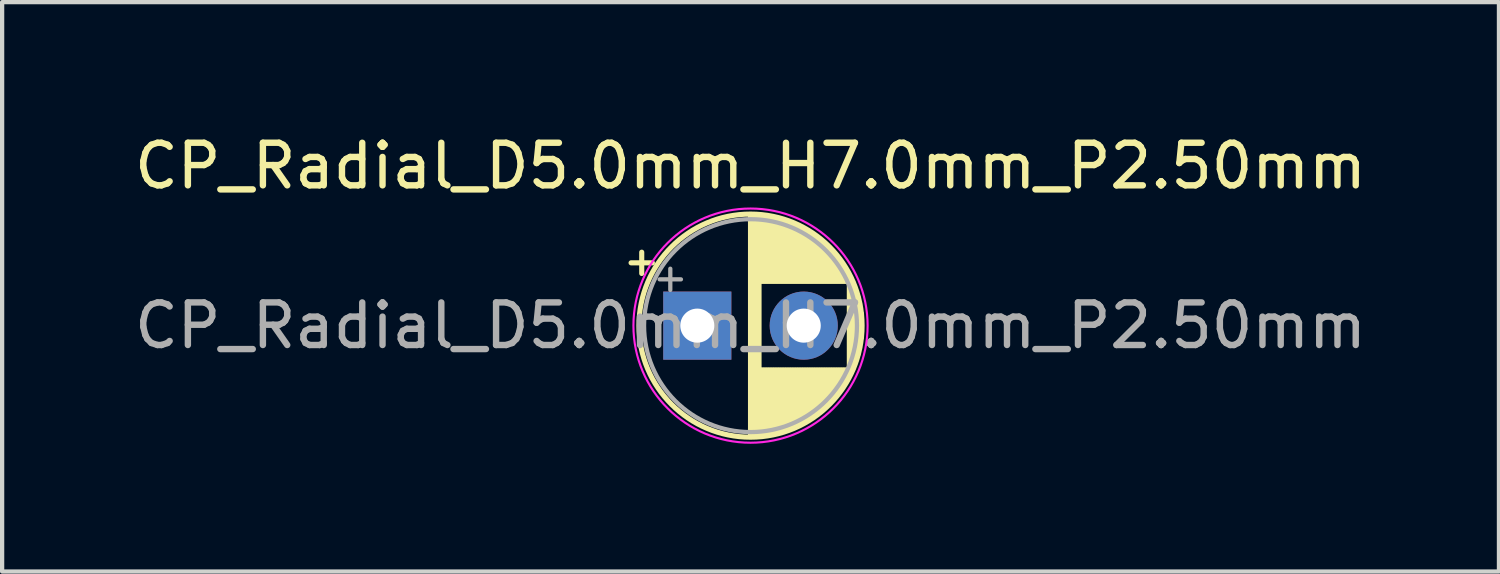
<source format=kicad_pcb>
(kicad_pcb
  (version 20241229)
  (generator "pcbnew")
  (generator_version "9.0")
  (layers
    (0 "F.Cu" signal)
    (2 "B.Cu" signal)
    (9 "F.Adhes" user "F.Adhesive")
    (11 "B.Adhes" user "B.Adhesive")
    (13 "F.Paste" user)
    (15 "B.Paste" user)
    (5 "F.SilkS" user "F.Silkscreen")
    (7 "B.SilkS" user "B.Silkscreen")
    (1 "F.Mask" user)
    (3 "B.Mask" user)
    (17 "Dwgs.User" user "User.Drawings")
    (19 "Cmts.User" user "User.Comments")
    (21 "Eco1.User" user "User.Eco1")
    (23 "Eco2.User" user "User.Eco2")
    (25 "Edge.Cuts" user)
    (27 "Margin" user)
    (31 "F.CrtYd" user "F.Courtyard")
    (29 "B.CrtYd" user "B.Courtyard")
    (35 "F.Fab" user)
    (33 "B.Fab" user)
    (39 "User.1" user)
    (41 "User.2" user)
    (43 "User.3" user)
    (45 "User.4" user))
  (footprint "CP_Radial_D5.0mm_H7.0mm_P2.50mm"
    (layer "F.Cu")
    (at 13.327 4.598)
    (property "Reference" "CP_Radial_D5.0mm_H7.0mm_P2.50mm" (at 1.25 -3.75 0) (layer "F.SilkS") (effects (font (size 1 1) (thickness 0.15))))
    (attr through_hole)
    (fp_line (start -1.555 -1.475) (end -1.055 -1.475) (stroke (width 0.12) (type solid)) (layer "F.SilkS"))
    (fp_line (start -1.305 -1.725) (end -1.305 -1.225) (stroke (width 0.12) (type solid)) (layer "F.SilkS"))
    (fp_line (start 1.25 -2.58) (end 1.25 2.58) (stroke (width 0.12) (type solid)) (layer "F.SilkS"))
    (fp_line (start 1.29 -2.58) (end 1.29 2.58) (stroke (width 0.12) (type solid)) (layer "F.SilkS"))
    (fp_line (start 1.33 -2.579) (end 1.33 2.579) (stroke (width 0.12) (type solid)) (layer "F.SilkS"))
    (fp_line (start 1.37 -2.578) (end 1.37 2.578) (stroke (width 0.12) (type solid)) (layer "F.SilkS"))
    (fp_line (start 1.41 -2.576) (end 1.41 2.576) (stroke (width 0.12) (type solid)) (layer "F.SilkS"))
    (fp_line (start 1.45 -2.573) (end 1.45 2.573) (stroke (width 0.12) (type solid)) (layer "F.SilkS"))
    (fp_line (start 1.49 -2.569) (end 1.49 -1.04) (stroke (width 0.12) (type solid)) (layer "F.SilkS"))
    (fp_line (start 1.49 1.04) (end 1.49 2.569) (stroke (width 0.12) (type solid)) (layer "F.SilkS"))
    (fp_line (start 1.53 -2.565) (end 1.53 -1.04) (stroke (width 0.12) (type solid)) (layer "F.SilkS"))
    (fp_line (start 1.53 1.04) (end 1.53 2.565) (stroke (width 0.12) (type solid)) (layer "F.SilkS"))
    (fp_line (start 1.57 -2.561) (end 1.57 -1.04) (stroke (width 0.12) (type solid)) (layer "F.SilkS"))
    (fp_line (start 1.57 1.04) (end 1.57 2.561) (stroke (width 0.12) (type solid)) (layer "F.SilkS"))
    (fp_line (start 1.61 -2.556) (end 1.61 -1.04) (stroke (width 0.12) (type solid)) (layer "F.SilkS"))
    (fp_line (start 1.61 1.04) (end 1.61 2.556) (stroke (width 0.12) (type solid)) (layer "F.SilkS"))
    (fp_line (start 1.65 -2.55) (end 1.65 -1.04) (stroke (width 0.12) (type solid)) (layer "F.SilkS"))
    (fp_line (start 1.65 1.04) (end 1.65 2.55) (stroke (width 0.12) (type solid)) (layer "F.SilkS"))
    (fp_line (start 1.69 -2.543) (end 1.69 -1.04) (stroke (width 0.12) (type solid)) (layer "F.SilkS"))
    (fp_line (start 1.69 1.04) (end 1.69 2.543) (stroke (width 0.12) (type solid)) (layer "F.SilkS"))
    (fp_line (start 1.73 -2.536) (end 1.73 -1.04) (stroke (width 0.12) (type solid)) (layer "F.SilkS"))
    (fp_line (start 1.73 1.04) (end 1.73 2.536) (stroke (width 0.12) (type solid)) (layer "F.SilkS"))
    (fp_line (start 1.77 -2.528) (end 1.77 -1.04) (stroke (width 0.12) (type solid)) (layer "F.SilkS"))
    (fp_line (start 1.77 1.04) (end 1.77 2.528) (stroke (width 0.12) (type solid)) (layer "F.SilkS"))
    (fp_line (start 1.81 -2.52) (end 1.81 -1.04) (stroke (width 0.12) (type solid)) (layer "F.SilkS"))
    (fp_line (start 1.81 1.04) (end 1.81 2.52) (stroke (width 0.12) (type solid)) (layer "F.SilkS"))
    (fp_line (start 1.85 -2.511) (end 1.85 -1.04) (stroke (width 0.12) (type solid)) (layer "F.SilkS"))
    (fp_line (start 1.85 1.04) (end 1.85 2.511) (stroke (width 0.12) (type solid)) (layer "F.SilkS"))
    (fp_line (start 1.89 -2.501) (end 1.89 -1.04) (stroke (width 0.12) (type solid)) (layer "F.SilkS"))
    (fp_line (start 1.89 1.04) (end 1.89 2.501) (stroke (width 0.12) (type solid)) (layer "F.SilkS"))
    (fp_line (start 1.93 -2.491) (end 1.93 -1.04) (stroke (width 0.12) (type solid)) (layer "F.SilkS"))
    (fp_line (start 1.93 1.04) (end 1.93 2.491) (stroke (width 0.12) (type solid)) (layer "F.SilkS"))
    (fp_line (start 1.971 -2.48) (end 1.971 -1.04) (stroke (width 0.12) (type solid)) (layer "F.SilkS"))
    (fp_line (start 1.971 1.04) (end 1.971 2.48) (stroke (width 0.12) (type solid)) (layer "F.SilkS"))
    (fp_line (start 2.011 -2.468) (end 2.011 -1.04) (stroke (width 0.12) (type solid)) (layer "F.SilkS"))
    (fp_line (start 2.011 1.04) (end 2.011 2.468) (stroke (width 0.12) (type solid)) (layer "F.SilkS"))
    (fp_line (start 2.051 -2.455) (end 2.051 -1.04) (stroke (width 0.12) (type solid)) (layer "F.SilkS"))
    (fp_line (start 2.051 1.04) (end 2.051 2.455) (stroke (width 0.12) (type solid)) (layer "F.SilkS"))
    (fp_line (start 2.091 -2.442) (end 2.091 -1.04) (stroke (width 0.12) (type solid)) (layer "F.SilkS"))
    (fp_line (start 2.091 1.04) (end 2.091 2.442) (stroke (width 0.12) (type solid)) (layer "F.SilkS"))
    (fp_line (start 2.131 -2.428) (end 2.131 -1.04) (stroke (width 0.12) (type solid)) (layer "F.SilkS"))
    (fp_line (start 2.131 1.04) (end 2.131 2.428) (stroke (width 0.12) (type solid)) (layer "F.SilkS"))
    (fp_line (start 2.171 -2.414) (end 2.171 -1.04) (stroke (width 0.12) (type solid)) (layer "F.SilkS"))
    (fp_line (start 2.171 1.04) (end 2.171 2.414) (stroke (width 0.12) (type solid)) (layer "F.SilkS"))
    (fp_line (start 2.211 -2.398) (end 2.211 -1.04) (stroke (width 0.12) (type solid)) (layer "F.SilkS"))
    (fp_line (start 2.211 1.04) (end 2.211 2.398) (stroke (width 0.12) (type solid)) (layer "F.SilkS"))
    (fp_line (start 2.251 -2.382) (end 2.251 -1.04) (stroke (width 0.12) (type solid)) (layer "F.SilkS"))
    (fp_line (start 2.251 1.04) (end 2.251 2.382) (stroke (width 0.12) (type solid)) (layer "F.SilkS"))
    (fp_line (start 2.291 -2.365) (end 2.291 -1.04) (stroke (width 0.12) (type solid)) (layer "F.SilkS"))
    (fp_line (start 2.291 1.04) (end 2.291 2.365) (stroke (width 0.12) (type solid)) (layer "F.SilkS"))
    (fp_line (start 2.331 -2.348) (end 2.331 -1.04) (stroke (width 0.12) (type solid)) (layer "F.SilkS"))
    (fp_line (start 2.331 1.04) (end 2.331 2.348) (stroke (width 0.12) (type solid)) (layer "F.SilkS"))
    (fp_line (start 2.371 -2.329) (end 2.371 -1.04) (stroke (width 0.12) (type solid)) (layer "F.SilkS"))
    (fp_line (start 2.371 1.04) (end 2.371 2.329) (stroke (width 0.12) (type solid)) (layer "F.SilkS"))
    (fp_line (start 2.411 -2.31) (end 2.411 -1.04) (stroke (width 0.12) (type solid)) (layer "F.SilkS"))
    (fp_line (start 2.411 1.04) (end 2.411 2.31) (stroke (width 0.12) (type solid)) (layer "F.SilkS"))
    (fp_line (start 2.451 -2.29) (end 2.451 -1.04) (stroke (width 0.12) (type solid)) (layer "F.SilkS"))
    (fp_line (start 2.451 1.04) (end 2.451 2.29) (stroke (width 0.12) (type solid)) (layer "F.SilkS"))
    (fp_line (start 2.491 -2.268) (end 2.491 -1.04) (stroke (width 0.12) (type solid)) (layer "F.SilkS"))
    (fp_line (start 2.491 1.04) (end 2.491 2.268) (stroke (width 0.12) (type solid)) (layer "F.SilkS"))
    (fp_line (start 2.531 -2.247) (end 2.531 -1.04) (stroke (width 0.12) (type solid)) (layer "F.SilkS"))
    (fp_line (start 2.531 1.04) (end 2.531 2.247) (stroke (width 0.12) (type solid)) (layer "F.SilkS"))
    (fp_line (start 2.571 -2.224) (end 2.571 -1.04) (stroke (width 0.12) (type solid)) (layer "F.SilkS"))
    (fp_line (start 2.571 1.04) (end 2.571 2.224) (stroke (width 0.12) (type solid)) (layer "F.SilkS"))
    (fp_line (start 2.611 -2.2) (end 2.611 -1.04) (stroke (width 0.12) (type solid)) (layer "F.SilkS"))
    (fp_line (start 2.611 1.04) (end 2.611 2.2) (stroke (width 0.12) (type solid)) (layer "F.SilkS"))
    (fp_line (start 2.651 -2.175) (end 2.651 -1.04) (stroke (width 0.12) (type solid)) (layer "F.SilkS"))
    (fp_line (start 2.651 1.04) (end 2.651 2.175) (stroke (width 0.12) (type solid)) (layer "F.SilkS"))
    (fp_line (start 2.691 -2.149) (end 2.691 -1.04) (stroke (width 0.12) (type solid)) (layer "F.SilkS"))
    (fp_line (start 2.691 1.04) (end 2.691 2.149) (stroke (width 0.12) (type solid)) (layer "F.SilkS"))
    (fp_line (start 2.731 -2.122) (end 2.731 -1.04) (stroke (width 0.12) (type solid)) (layer "F.SilkS"))
    (fp_line (start 2.731 1.04) (end 2.731 2.122) (stroke (width 0.12) (type solid)) (layer "F.SilkS"))
    (fp_line (start 2.771 -2.095) (end 2.771 -1.04) (stroke (width 0.12) (type solid)) (layer "F.SilkS"))
    (fp_line (start 2.771 1.04) (end 2.771 2.095) (stroke (width 0.12) (type solid)) (layer "F.SilkS"))
    (fp_line (start 2.811 -2.065) (end 2.811 -1.04) (stroke (width 0.12) (type solid)) (layer "F.SilkS"))
    (fp_line (start 2.811 1.04) (end 2.811 2.065) (stroke (width 0.12) (type solid)) (layer "F.SilkS"))
    (fp_line (start 2.851 -2.035) (end 2.851 -1.04) (stroke (width 0.12) (type solid)) (layer "F.SilkS"))
    (fp_line (start 2.851 1.04) (end 2.851 2.035) (stroke (width 0.12) (type solid)) (layer "F.SilkS"))
    (fp_line (start 2.891 -2.004) (end 2.891 -1.04) (stroke (width 0.12) (type solid)) (layer "F.SilkS"))
    (fp_line (start 2.891 1.04) (end 2.891 2.004) (stroke (width 0.12) (type solid)) (layer "F.SilkS"))
    (fp_line (start 2.931 -1.971) (end 2.931 -1.04) (stroke (width 0.12) (type solid)) (layer "F.SilkS"))
    (fp_line (start 2.931 1.04) (end 2.931 1.971) (stroke (width 0.12) (type solid)) (layer "F.SilkS"))
    (fp_line (start 2.971 -1.937) (end 2.971 -1.04) (stroke (width 0.12) (type solid)) (layer "F.SilkS"))
    (fp_line (start 2.971 1.04) (end 2.971 1.937) (stroke (width 0.12) (type solid)) (layer "F.SilkS"))
    (fp_line (start 3.011 -1.901) (end 3.011 -1.04) (stroke (width 0.12) (type solid)) (layer "F.SilkS"))
    (fp_line (start 3.011 1.04) (end 3.011 1.901) (stroke (width 0.12) (type solid)) (layer "F.SilkS"))
    (fp_line (start 3.051 -1.864) (end 3.051 -1.04) (stroke (width 0.12) (type solid)) (layer "F.SilkS"))
    (fp_line (start 3.051 1.04) (end 3.051 1.864) (stroke (width 0.12) (type solid)) (layer "F.SilkS"))
    (fp_line (start 3.091 -1.826) (end 3.091 -1.04) (stroke (width 0.12) (type solid)) (layer "F.SilkS"))
    (fp_line (start 3.091 1.04) (end 3.091 1.826) (stroke (width 0.12) (type solid)) (layer "F.SilkS"))
    (fp_line (start 3.131 -1.785) (end 3.131 -1.04) (stroke (width 0.12) (type solid)) (layer "F.SilkS"))
    (fp_line (start 3.131 1.04) (end 3.131 1.785) (stroke (width 0.12) (type solid)) (layer "F.SilkS"))
    (fp_line (start 3.171 -1.743) (end 3.171 -1.04) (stroke (width 0.12) (type solid)) (layer "F.SilkS"))
    (fp_line (start 3.171 1.04) (end 3.171 1.743) (stroke (width 0.12) (type solid)) (layer "F.SilkS"))
    (fp_line (start 3.211 -1.699) (end 3.211 -1.04) (stroke (width 0.12) (type solid)) (layer "F.SilkS"))
    (fp_line (start 3.211 1.04) (end 3.211 1.699) (stroke (width 0.12) (type solid)) (layer "F.SilkS"))
    (fp_line (start 3.251 -1.653) (end 3.251 -1.04) (stroke (width 0.12) (type solid)) (layer "F.SilkS"))
    (fp_line (start 3.251 1.04) (end 3.251 1.653) (stroke (width 0.12) (type solid)) (layer "F.SilkS"))
    (fp_line (start 3.291 -1.605) (end 3.291 -1.04) (stroke (width 0.12) (type solid)) (layer "F.SilkS"))
    (fp_line (start 3.291 1.04) (end 3.291 1.605) (stroke (width 0.12) (type solid)) (layer "F.SilkS"))
    (fp_line (start 3.331 -1.554) (end 3.331 -1.04) (stroke (width 0.12) (type solid)) (layer "F.SilkS"))
    (fp_line (start 3.331 1.04) (end 3.331 1.554) (stroke (width 0.12) (type solid)) (layer "F.SilkS"))
    (fp_line (start 3.371 -1.5) (end 3.371 -1.04) (stroke (width 0.12) (type solid)) (layer "F.SilkS"))
    (fp_line (start 3.371 1.04) (end 3.371 1.5) (stroke (width 0.12) (type solid)) (layer "F.SilkS"))
    (fp_line (start 3.411 -1.443) (end 3.411 -1.04) (stroke (width 0.12) (type solid)) (layer "F.SilkS"))
    (fp_line (start 3.411 1.04) (end 3.411 1.443) (stroke (width 0.12) (type solid)) (layer "F.SilkS"))
    (fp_line (start 3.451 -1.383) (end 3.451 -1.04) (stroke (width 0.12) (type solid)) (layer "F.SilkS"))
    (fp_line (start 3.451 1.04) (end 3.451 1.383) (stroke (width 0.12) (type solid)) (layer "F.SilkS"))
    (fp_line (start 3.491 -1.319) (end 3.491 -1.04) (stroke (width 0.12) (type solid)) (layer "F.SilkS"))
    (fp_line (start 3.491 1.04) (end 3.491 1.319) (stroke (width 0.12) (type solid)) (layer "F.SilkS"))
    (fp_line (start 3.531 -1.251) (end 3.531 -1.04) (stroke (width 0.12) (type solid)) (layer "F.SilkS"))
    (fp_line (start 3.531 1.04) (end 3.531 1.251) (stroke (width 0.12) (type solid)) (layer "F.SilkS"))
    (fp_line (start 3.571 -1.178) (end 3.571 1.178) (stroke (width 0.12) (type solid)) (layer "F.SilkS"))
    (fp_line (start 3.611 -1.098) (end 3.611 1.098) (stroke (width 0.12) (type solid)) (layer "F.SilkS"))
    (fp_line (start 3.651 -1.011) (end 3.651 1.011) (stroke (width 0.12) (type solid)) (layer "F.SilkS"))
    (fp_line (start 3.691 -0.915) (end 3.691 0.915) (stroke (width 0.12) (type solid)) (layer "F.SilkS"))
    (fp_line (start 3.731 -0.805) (end 3.731 0.805) (stroke (width 0.12) (type solid)) (layer "F.SilkS"))
    (fp_line (start 3.771 -0.677) (end 3.771 0.677) (stroke (width 0.12) (type solid)) (layer "F.SilkS"))
    (fp_line (start 3.811 -0.518) (end 3.811 0.518) (stroke (width 0.12) (type solid)) (layer "F.SilkS"))
    (fp_line (start 3.851 -0.284) (end 3.851 0.284) (stroke (width 0.12) (type solid)) (layer "F.SilkS"))
    (fp_circle (center 1.25 0) (end 3.87 0) (stroke (width 0.12) (type solid)) (fill no) (layer "F.SilkS"))
    (fp_circle (center 1.25 0) (end 4 0) (stroke (width 0.05) (type solid)) (fill no) (layer "F.CrtYd"))
    (fp_line (start -0.884 -1.087) (end -0.384 -1.087) (stroke (width 0.1) (type solid)) (layer "F.Fab"))
    (fp_line (start -0.634 -1.337) (end -0.634 -0.838) (stroke (width 0.1) (type solid)) (layer "F.Fab"))
    (fp_circle (center 1.25 0) (end 3.75 0) (stroke (width 0.1) (type solid)) (fill no) (layer "F.Fab"))
    (fp_text user "${REFERENCE}" (at 1.25 0 0) (layer "F.Fab") (effects (font (size 1 1) (thickness 0.15))))
    (pad "1" thru_hole rect (at 0 0) (size 1.6 1.6) (drill 0.8) (layers "*.Cu" "*.Mask"))
    (pad "2" thru_hole circle (at 2.5 0) (size 1.6 1.6) (drill 0.8) (layers "*.Cu" "*.Mask")))
  (gr_rect
    (start -3 -3)
    (end 32.155 10.373)
    (stroke (width 0.1) (type default))
    (fill no)
    (layer "Edge.Cuts")))
</source>
